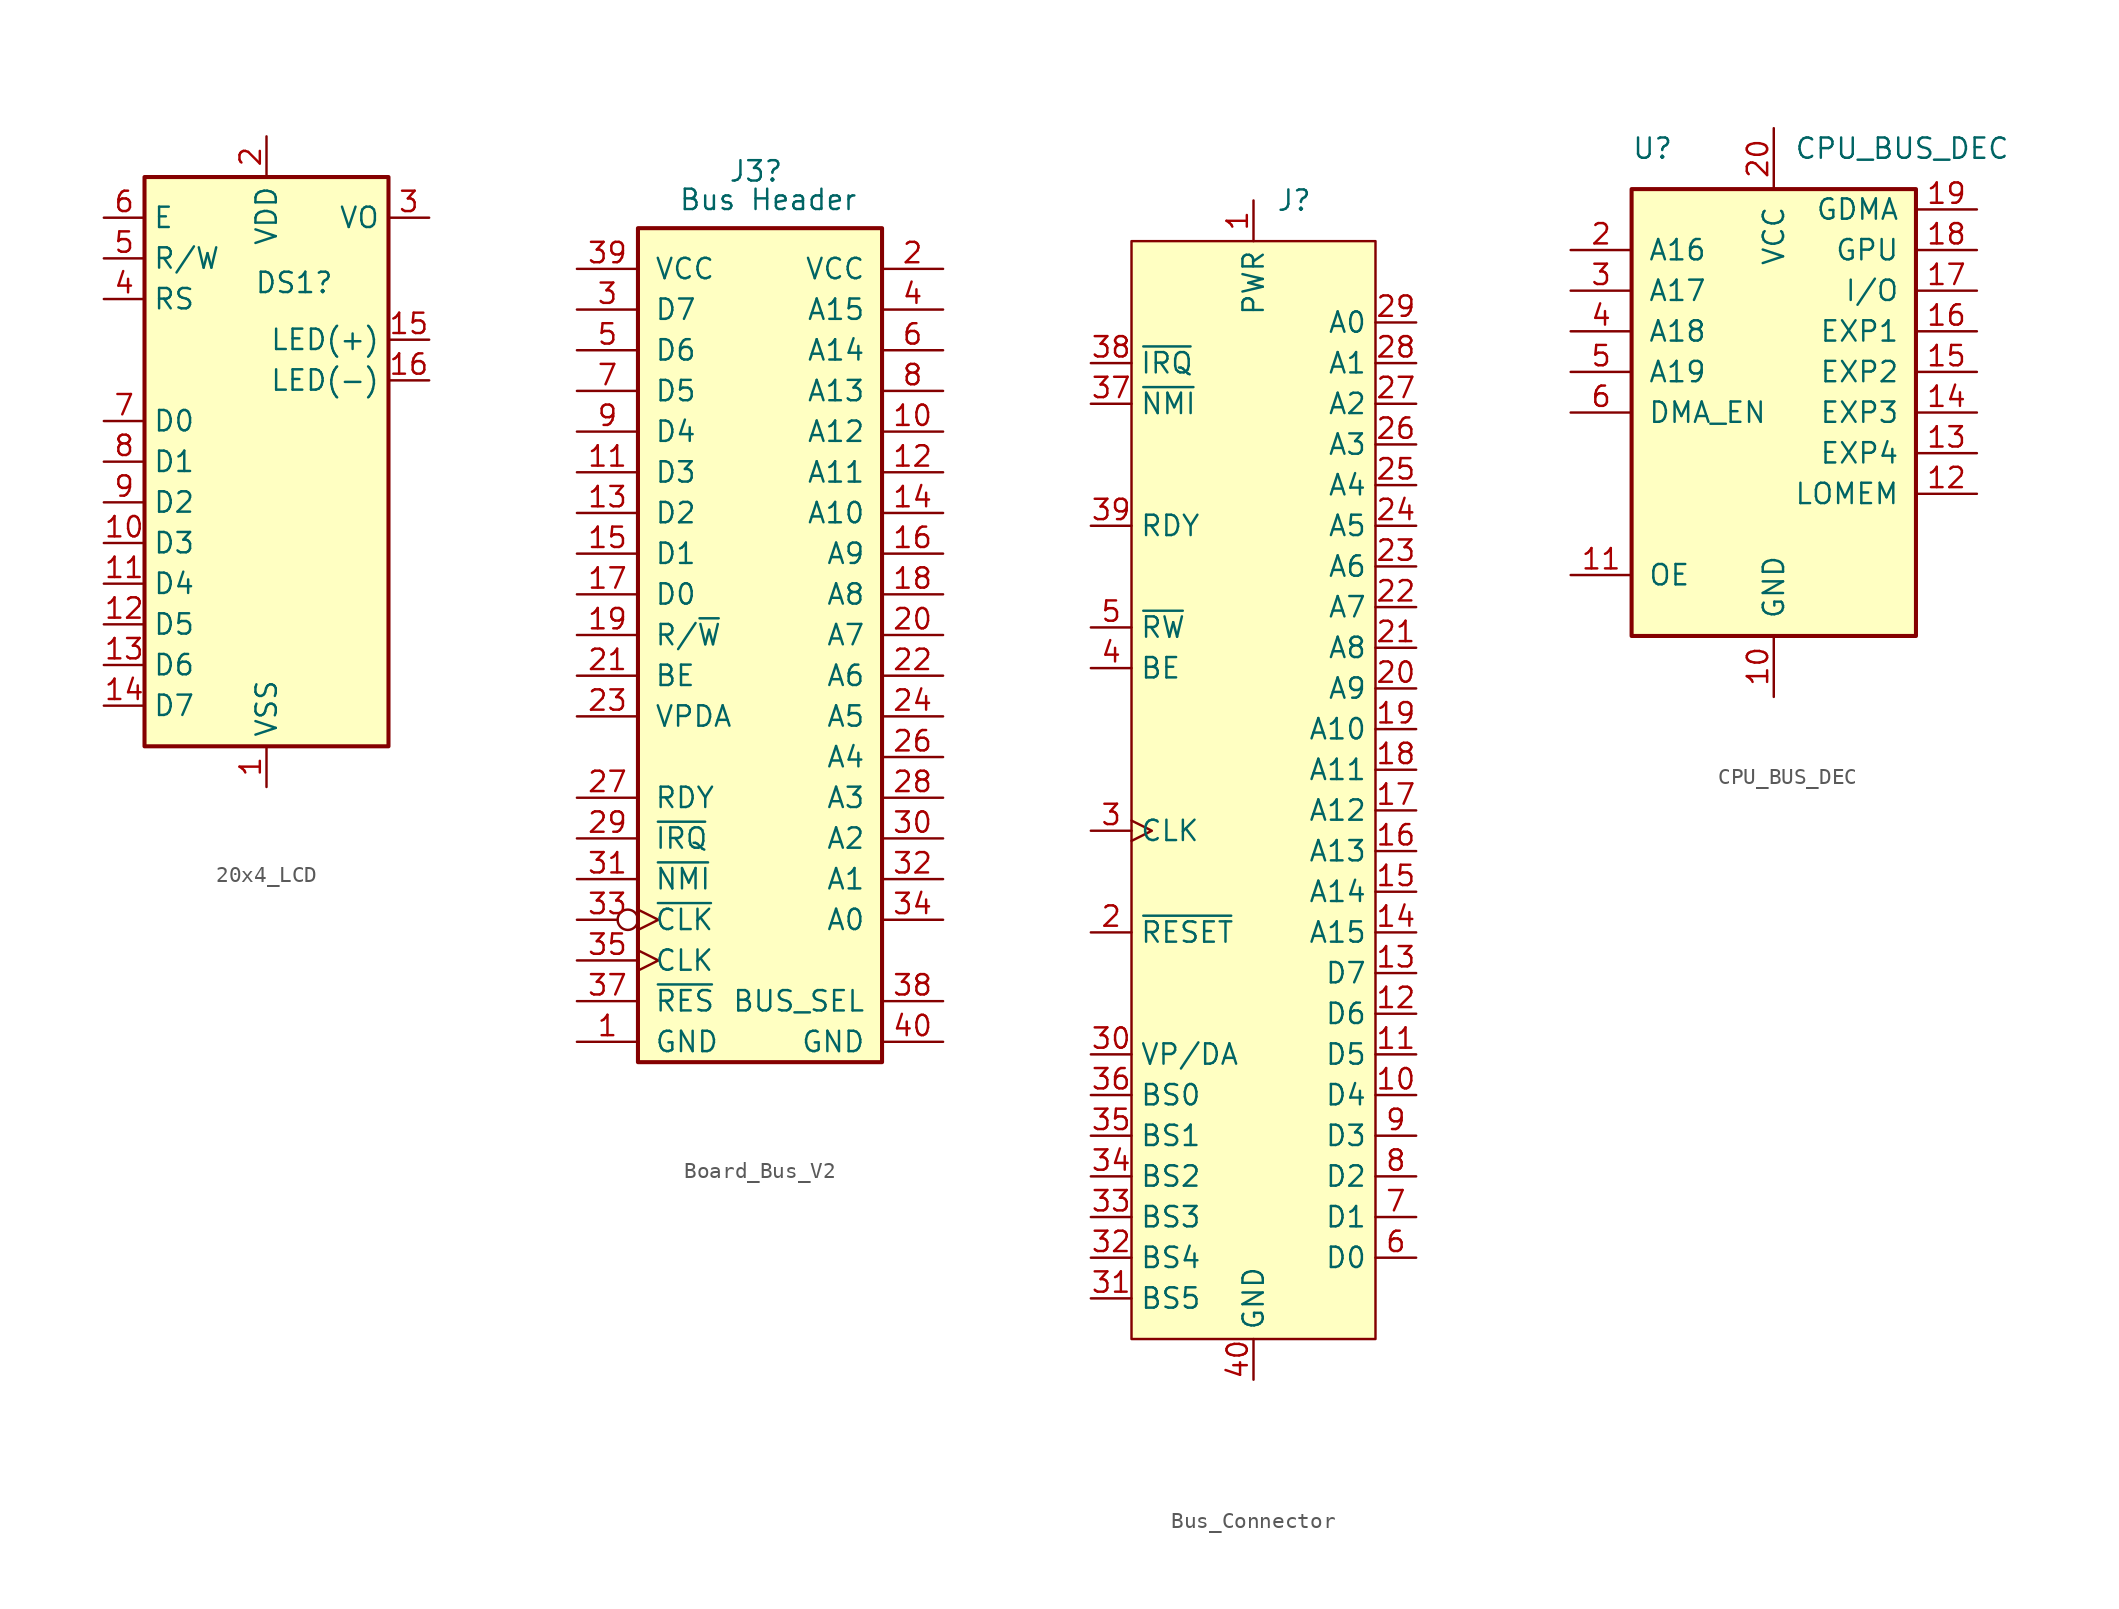
<source format=kicad_sym>
(kicad_symbol_lib
  (version 20241209)
  (generator "kicad_symbol_editor")
  (generator_version "9.0")
  (symbol "20x4_LCD"
    (property "Reference" "DS1"
      (at -0.762 11.176 0)
      (effects (font (size 1.27 1.27)) (justify left)))
    (symbol "20x4_LCD_1_1"
      (rectangle (start -7.62 17.78) (end 7.62 -17.78) (stroke (width 0.254) (type default)) (fill (type background)))
      (pin input line (at -10.16 15.24 0) (length 2.54) (name "E" (effects (font (size 1.27 1.27)))) (number "6" (effects (font (size 1.27 1.27)))))
      (pin input line (at -10.16 12.7 0) (length 2.54) (name "R/W" (effects (font (size 1.27 1.27)))) (number "5" (effects (font (size 1.27 1.27)))))
      (pin input line (at -10.16 10.16 0) (length 2.54) (name "RS" (effects (font (size 1.27 1.27)))) (number "4" (effects (font (size 1.27 1.27)))))
      (pin input line (at -10.16 2.54 0) (length 2.54) (name "D0" (effects (font (size 1.27 1.27)))) (number "7" (effects (font (size 1.27 1.27)))))
      (pin input line (at -10.16 0 0) (length 2.54) (name "D1" (effects (font (size 1.27 1.27)))) (number "8" (effects (font (size 1.27 1.27)))))
      (pin input line (at -10.16 -2.54 0) (length 2.54) (name "D2" (effects (font (size 1.27 1.27)))) (number "9" (effects (font (size 1.27 1.27)))))
      (pin input line (at -10.16 -5.08 0) (length 2.54) (name "D3" (effects (font (size 1.27 1.27)))) (number "10" (effects (font (size 1.27 1.27)))))
      (pin input line (at -10.16 -7.62 0) (length 2.54) (name "D4" (effects (font (size 1.27 1.27)))) (number "11" (effects (font (size 1.27 1.27)))))
      (pin input line (at -10.16 -10.16 0) (length 2.54) (name "D5" (effects (font (size 1.27 1.27)))) (number "12" (effects (font (size 1.27 1.27)))))
      (pin input line (at -10.16 -12.7 0) (length 2.54) (name "D6" (effects (font (size 1.27 1.27)))) (number "13" (effects (font (size 1.27 1.27)))))
      (pin input line (at -10.16 -15.24 0) (length 2.54) (name "D7" (effects (font (size 1.27 1.27)))) (number "14" (effects (font (size 1.27 1.27)))))
      (pin power_in line (at 0 20.32 270) (length 2.54) (name "VDD" (effects (font (size 1.27 1.27)))) (number "2" (effects (font (size 1.27 1.27)))))
      (pin power_in line (at 0 -20.32 90) (length 2.54) (name "VSS" (effects (font (size 1.27 1.27)))) (number "1" (effects (font (size 1.27 1.27)))))
      (pin input line (at 10.16 15.24 180) (length 2.54) (name "VO" (effects (font (size 1.27 1.27)))) (number "3" (effects (font (size 1.27 1.27)))))
      (pin power_in line (at 10.16 7.62 180) (length 2.54) (name "LED(+)" (effects (font (size 1.27 1.27)))) (number "15" (effects (font (size 1.27 1.27)))))
      (pin power_in line (at 10.16 5.08 180) (length 2.54) (name "LED(-)" (effects (font (size 1.27 1.27)))) (number "16" (effects (font (size 1.27 1.27)))))))
  (symbol "Board_Bus_V2"
    (pin_names
      (offset 1.016))
    (property "Reference" "J3"
      (at -0.254 2.286 0)
      (effects (font (size 1.27 1.27))))
    (property "Value" "Bus Header"
      (at 0.508 0.508 0)
      (effects (font (size 1.27 1.27))))
    (symbol "Board_Bus_V2_1_1"
      (rectangle (start -7.62 -1.27) (end 7.62 -53.34) (stroke (width 0.254) (type default)) (fill (type background)))
      (pin power_out line (at -11.43 -3.81 0) (length 3.81) (name "VCC" (effects (font (size 1.27 1.27)))) (number "39" (effects (font (size 1.27 1.27)))))
      (pin bidirectional line (at -11.43 -6.35 0) (length 3.81) (name "D7" (effects (font (size 1.27 1.27)))) (number "3" (effects (font (size 1.27 1.27)))))
      (pin bidirectional line (at -11.43 -8.89 0) (length 3.81) (name "D6" (effects (font (size 1.27 1.27)))) (number "5" (effects (font (size 1.27 1.27)))))
      (pin bidirectional line (at -11.43 -11.43 0) (length 3.81) (name "D5" (effects (font (size 1.27 1.27)))) (number "7" (effects (font (size 1.27 1.27)))))
      (pin bidirectional line (at -11.43 -13.97 0) (length 3.81) (name "D4" (effects (font (size 1.27 1.27)))) (number "9" (effects (font (size 1.27 1.27)))))
      (pin bidirectional line (at -11.43 -16.51 0) (length 3.81) (name "D3" (effects (font (size 1.27 1.27)))) (number "11" (effects (font (size 1.27 1.27)))))
      (pin bidirectional line (at -11.43 -19.05 0) (length 3.81) (name "D2" (effects (font (size 1.27 1.27)))) (number "13" (effects (font (size 1.27 1.27)))))
      (pin bidirectional line (at -11.43 -21.59 0) (length 3.81) (name "D1" (effects (font (size 1.27 1.27)))) (number "15" (effects (font (size 1.27 1.27)))))
      (pin bidirectional line (at -11.43 -24.13 0) (length 3.81) (name "D0" (effects (font (size 1.27 1.27)))) (number "17" (effects (font (size 1.27 1.27)))))
      (pin output line (at -11.43 -26.67 0) (length 3.81) (name "R/~{W}" (effects (font (size 1.27 1.27)))) (number "19" (effects (font (size 1.27 1.27)))))
      (pin output line (at -11.43 -29.21 0) (length 3.81) (name "BE" (effects (font (size 1.27 1.27)))) (number "21" (effects (font (size 1.27 1.27)))))
      (pin output line (at -11.43 -31.75 0) (length 3.81) (name "VPDA" (effects (font (size 1.27 1.27)))) (number "23" (effects (font (size 1.27 1.27)))))
      (pin no_connect line (at -11.43 -34.29 0) (length 3.81) (hide yes) (name "~{ABORT}" (effects (font (size 1.27 1.27)))) (number "25" (effects (font (size 1.27 1.27)))))
      (pin output line (at -11.43 -36.83 0) (length 3.81) (name "RDY" (effects (font (size 1.27 1.27)))) (number "27" (effects (font (size 1.27 1.27)))))
      (pin output line (at -11.43 -39.37 0) (length 3.81) (name "~{IRQ}" (effects (font (size 1.27 1.27)))) (number "29" (effects (font (size 1.27 1.27)))))
      (pin bidirectional line (at -11.43 -41.91 0) (length 3.81) (name "~{NMI}" (effects (font (size 1.27 1.27)))) (number "31" (effects (font (size 1.27 1.27)))))
      (pin bidirectional inverted_clock (at -11.43 -44.45 0) (length 3.81) (name "~{CLK}" (effects (font (size 1.27 1.27)))) (number "33" (effects (font (size 1.27 1.27)))))
      (pin output clock (at -11.43 -46.99 0) (length 3.81) (name "CLK" (effects (font (size 1.27 1.27)))) (number "35" (effects (font (size 1.27 1.27)))))
      (pin output line (at -11.43 -49.53 0) (length 3.81) (name "~{RES}" (effects (font (size 1.27 1.27)))) (number "37" (effects (font (size 1.27 1.27)))))
      (pin power_out line (at -11.43 -52.07 0) (length 3.81) (name "GND" (effects (font (size 1.27 1.27)))) (number "1" (effects (font (size 1.27 1.27)))))
      (pin power_out line (at 11.43 -3.81 180) (length 3.81) (name "VCC" (effects (font (size 1.27 1.27)))) (number "2" (effects (font (size 1.27 1.27)))))
      (pin output line (at 11.43 -6.35 180) (length 3.81) (name "A15" (effects (font (size 1.27 1.27)))) (number "4" (effects (font (size 1.27 1.27)))))
      (pin output line (at 11.43 -8.89 180) (length 3.81) (name "A14" (effects (font (size 1.27 1.27)))) (number "6" (effects (font (size 1.27 1.27)))))
      (pin output line (at 11.43 -11.43 180) (length 3.81) (name "A13" (effects (font (size 1.27 1.27)))) (number "8" (effects (font (size 1.27 1.27)))))
      (pin output line (at 11.43 -13.97 180) (length 3.81) (name "A12" (effects (font (size 1.27 1.27)))) (number "10" (effects (font (size 1.27 1.27)))))
      (pin output line (at 11.43 -16.51 180) (length 3.81) (name "A11" (effects (font (size 1.27 1.27)))) (number "12" (effects (font (size 1.27 1.27)))))
      (pin output line (at 11.43 -19.05 180) (length 3.81) (name "A10" (effects (font (size 1.27 1.27)))) (number "14" (effects (font (size 1.27 1.27)))))
      (pin output line (at 11.43 -21.59 180) (length 3.81) (name "A9" (effects (font (size 1.27 1.27)))) (number "16" (effects (font (size 1.27 1.27)))))
      (pin output line (at 11.43 -24.13 180) (length 3.81) (name "A8" (effects (font (size 1.27 1.27)))) (number "18" (effects (font (size 1.27 1.27)))))
      (pin output line (at 11.43 -26.67 180) (length 3.81) (name "A7" (effects (font (size 1.27 1.27)))) (number "20" (effects (font (size 1.27 1.27)))))
      (pin output line (at 11.43 -29.21 180) (length 3.81) (name "A6" (effects (font (size 1.27 1.27)))) (number "22" (effects (font (size 1.27 1.27)))))
      (pin output line (at 11.43 -31.75 180) (length 3.81) (name "A5" (effects (font (size 1.27 1.27)))) (number "24" (effects (font (size 1.27 1.27)))))
      (pin output line (at 11.43 -34.29 180) (length 3.81) (name "A4" (effects (font (size 1.27 1.27)))) (number "26" (effects (font (size 1.27 1.27)))))
      (pin output line (at 11.43 -36.83 180) (length 3.81) (name "A3" (effects (font (size 1.27 1.27)))) (number "28" (effects (font (size 1.27 1.27)))))
      (pin output line (at 11.43 -39.37 180) (length 3.81) (name "A2" (effects (font (size 1.27 1.27)))) (number "30" (effects (font (size 1.27 1.27)))))
      (pin output line (at 11.43 -41.91 180) (length 3.81) (name "A1" (effects (font (size 1.27 1.27)))) (number "32" (effects (font (size 1.27 1.27)))))
      (pin output line (at 11.43 -44.45 180) (length 3.81) (name "A0" (effects (font (size 1.27 1.27)))) (number "34" (effects (font (size 1.27 1.27)))))
      (pin no_connect line (at 11.43 -46.99 180) (length 3.81) (hide yes) (name "NC" (effects (font (size 1.27 1.27)))) (number "36" (effects (font (size 1.27 1.27)))))
      (pin output line (at 11.43 -49.53 180) (length 3.81) (name "BUS_SEL" (effects (font (size 1.27 1.27)))) (number "38" (effects (font (size 1.27 1.27)))))
      (pin power_out line (at 11.43 -52.07 180) (length 3.81) (name "GND" (effects (font (size 1.27 1.27)))) (number "40" (effects (font (size 1.27 1.27)))))))
  (symbol "Bus_Connector"
    (property "Reference" "J"
      (at 2.54 2.54 0)
      (effects (font (size 1.27 1.27))))
    (property "Value" ""
      (at 0 0 0)
      (effects (font (size 1.27 1.27))))
    (symbol "Bus_Connector_0_0"
      (pin bidirectional line (at -10.16 -7.62 0) (length 2.54) (name "~{IRQ}" (effects (font (size 1.27 1.27)))) (number "38" (effects (font (size 1.27 1.27)))))
      (pin bidirectional line (at -10.16 -10.16 0) (length 2.54) (name "~{NMI}" (effects (font (size 1.27 1.27)))) (number "37" (effects (font (size 1.27 1.27)))))
      (pin bidirectional line (at -10.16 -17.78 0) (length 2.54) (name "RDY" (effects (font (size 1.27 1.27)))) (number "39" (effects (font (size 1.27 1.27)))))
      (pin bidirectional line (at -10.16 -24.13 0) (length 2.54) (name "~{RW}" (effects (font (size 1.27 1.27)))) (number "5" (effects (font (size 1.27 1.27)))))
      (pin bidirectional line (at -10.16 -26.67 0) (length 2.54) (name "BE" (effects (font (size 1.27 1.27)))) (number "4" (effects (font (size 1.27 1.27)))))
      (pin bidirectional clock (at -10.16 -36.83 0) (length 2.54) (name "CLK" (effects (font (size 1.27 1.27)))) (number "3" (effects (font (size 1.27 1.27)))))
      (pin bidirectional line (at -10.16 -43.18 0) (length 2.54) (name "~{RESET}" (effects (font (size 1.27 1.27)))) (number "2" (effects (font (size 1.27 1.27)))))
      (pin bidirectional line (at -10.16 -50.8 0) (length 2.54) (name "VP/DA" (effects (font (size 1.27 1.27)))) (number "30" (effects (font (size 1.27 1.27)))))
      (pin bidirectional line (at -10.16 -53.34 0) (length 2.54) (name "BS0" (effects (font (size 1.27 1.27)))) (number "36" (effects (font (size 1.27 1.27)))))
      (pin bidirectional line (at -10.16 -55.88 0) (length 2.54) (name "BS1" (effects (font (size 1.27 1.27)))) (number "35" (effects (font (size 1.27 1.27)))))
      (pin bidirectional line (at -10.16 -58.42 0) (length 2.54) (name "BS2" (effects (font (size 1.27 1.27)))) (number "34" (effects (font (size 1.27 1.27)))))
      (pin bidirectional line (at -10.16 -60.96 0) (length 2.54) (name "BS3" (effects (font (size 1.27 1.27)))) (number "33" (effects (font (size 1.27 1.27)))))
      (pin bidirectional line (at -10.16 -63.5 0) (length 2.54) (name "BS4" (effects (font (size 1.27 1.27)))) (number "32" (effects (font (size 1.27 1.27)))))
      (pin bidirectional line (at -10.16 -66.04 0) (length 2.54) (name "BS5" (effects (font (size 1.27 1.27)))) (number "31" (effects (font (size 1.27 1.27)))))
      (pin power_out line (at 0 2.54 270) (length 2.54) (name "PWR" (effects (font (size 1.27 1.27)))) (number "1" (effects (font (size 1.27 1.27)))))
      (pin power_in line (at 0 -71.12 90) (length 2.54) (name "GND" (effects (font (size 1.27 1.27)))) (number "40" (effects (font (size 1.27 1.27)))))
      (pin bidirectional line (at 10.16 -5.08 180) (length 2.54) (name "A0" (effects (font (size 1.27 1.27)))) (number "29" (effects (font (size 1.27 1.27)))))
      (pin bidirectional line (at 10.16 -7.62 180) (length 2.54) (name "A1" (effects (font (size 1.27 1.27)))) (number "28" (effects (font (size 1.27 1.27)))))
      (pin bidirectional line (at 10.16 -10.16 180) (length 2.54) (name "A2" (effects (font (size 1.27 1.27)))) (number "27" (effects (font (size 1.27 1.27)))))
      (pin bidirectional line (at 10.16 -12.7 180) (length 2.54) (name "A3" (effects (font (size 1.27 1.27)))) (number "26" (effects (font (size 1.27 1.27)))))
      (pin bidirectional line (at 10.16 -15.24 180) (length 2.54) (name "A4" (effects (font (size 1.27 1.27)))) (number "25" (effects (font (size 1.27 1.27)))))
      (pin bidirectional line (at 10.16 -17.78 180) (length 2.54) (name "A5" (effects (font (size 1.27 1.27)))) (number "24" (effects (font (size 1.27 1.27)))))
      (pin bidirectional line (at 10.16 -20.32 180) (length 2.54) (name "A6" (effects (font (size 1.27 1.27)))) (number "23" (effects (font (size 1.27 1.27)))))
      (pin bidirectional line (at 10.16 -22.86 180) (length 2.54) (name "A7" (effects (font (size 1.27 1.27)))) (number "22" (effects (font (size 1.27 1.27)))))
      (pin bidirectional line (at 10.16 -25.4 180) (length 2.54) (name "A8" (effects (font (size 1.27 1.27)))) (number "21" (effects (font (size 1.27 1.27)))))
      (pin bidirectional line (at 10.16 -27.94 180) (length 2.54) (name "A9" (effects (font (size 1.27 1.27)))) (number "20" (effects (font (size 1.27 1.27)))))
      (pin bidirectional line (at 10.16 -30.48 180) (length 2.54) (name "A10" (effects (font (size 1.27 1.27)))) (number "19" (effects (font (size 1.27 1.27)))))
      (pin bidirectional line (at 10.16 -33.02 180) (length 2.54) (name "A11" (effects (font (size 1.27 1.27)))) (number "18" (effects (font (size 1.27 1.27)))))
      (pin bidirectional line (at 10.16 -35.56 180) (length 2.54) (name "A12" (effects (font (size 1.27 1.27)))) (number "17" (effects (font (size 1.27 1.27)))))
      (pin bidirectional line (at 10.16 -38.1 180) (length 2.54) (name "A13" (effects (font (size 1.27 1.27)))) (number "16" (effects (font (size 1.27 1.27)))))
      (pin bidirectional line (at 10.16 -40.64 180) (length 2.54) (name "A14" (effects (font (size 1.27 1.27)))) (number "15" (effects (font (size 1.27 1.27)))))
      (pin bidirectional line (at 10.16 -43.18 180) (length 2.54) (name "A15" (effects (font (size 1.27 1.27)))) (number "14" (effects (font (size 1.27 1.27)))))
      (pin bidirectional line (at 10.16 -45.72 180) (length 2.54) (name "D7" (effects (font (size 1.27 1.27)))) (number "13" (effects (font (size 1.27 1.27)))))
      (pin bidirectional line (at 10.16 -48.26 180) (length 2.54) (name "D6" (effects (font (size 1.27 1.27)))) (number "12" (effects (font (size 1.27 1.27)))))
      (pin bidirectional line (at 10.16 -50.8 180) (length 2.54) (name "D5" (effects (font (size 1.27 1.27)))) (number "11" (effects (font (size 1.27 1.27)))))
      (pin bidirectional line (at 10.16 -53.34 180) (length 2.54) (name "D4" (effects (font (size 1.27 1.27)))) (number "10" (effects (font (size 1.27 1.27)))))
      (pin bidirectional line (at 10.16 -55.88 180) (length 2.54) (name "D3" (effects (font (size 1.27 1.27)))) (number "9" (effects (font (size 1.27 1.27)))))
      (pin bidirectional line (at 10.16 -58.42 180) (length 2.54) (name "D2" (effects (font (size 1.27 1.27)))) (number "8" (effects (font (size 1.27 1.27)))))
      (pin bidirectional line (at 10.16 -60.96 180) (length 2.54) (name "D1" (effects (font (size 1.27 1.27)))) (number "7" (effects (font (size 1.27 1.27)))))
      (pin bidirectional line (at 10.16 -63.5 180) (length 2.54) (name "D0" (effects (font (size 1.27 1.27)))) (number "6" (effects (font (size 1.27 1.27))))))
    (symbol "Bus_Connector_0_1"
      (rectangle (start -7.62 0) (end 7.62 -68.58) (stroke (width 0) (type default)) (fill (type background)))))
  (symbol "CPU_BUS_DEC"
    (pin_names
      (offset 1.016))
    (property "Reference" "U"
      (at -8.89 16.51 0)
      (effects (font (size 1.27 1.27)) (justify left)))
    (property "Value" "CPU_BUS_DEC"
      (at 1.27 16.51 0)
      (effects (font (size 1.27 1.27)) (justify left)))
    (symbol "CPU_BUS_DEC_0_0"
      (pin power_in line (at 0 17.78 270) (length 3.81) (name "VCC" (effects (font (size 1.27 1.27)))) (number "20" (effects (font (size 1.27 1.27)))))
      (pin power_in line (at 0 -17.78 90) (length 3.81) (name "GND" (effects (font (size 1.27 1.27)))) (number "10" (effects (font (size 1.27 1.27))))))
    (symbol "CPU_BUS_DEC_0_1"
      (rectangle (start -8.89 13.97) (end 8.89 -13.97) (stroke (width 0.254) (type default)) (fill (type background))))
    (symbol "CPU_BUS_DEC_1_1"
      (pin no_connect line (at -12.7 12.7 0) (length 3.81) (hide yes) (name "NC" (effects (font (size 1.27 1.27)))) (number "1" (effects (font (size 1.27 1.27)))))
      (pin input line (at -12.7 10.16 0) (length 3.81) (name "A16" (effects (font (size 1.27 1.27)))) (number "2" (effects (font (size 1.27 1.27)))))
      (pin input line (at -12.7 7.62 0) (length 3.81) (name "A17" (effects (font (size 1.27 1.27)))) (number "3" (effects (font (size 1.27 1.27)))))
      (pin input line (at -12.7 5.08 0) (length 3.81) (name "A18" (effects (font (size 1.27 1.27)))) (number "4" (effects (font (size 1.27 1.27)))))
      (pin input line (at -12.7 2.54 0) (length 3.81) (name "A19" (effects (font (size 1.27 1.27)))) (number "5" (effects (font (size 1.27 1.27)))))
      (pin input line (at -12.7 0 0) (length 3.81) (name "DMA_EN" (effects (font (size 1.27 1.27)))) (number "6" (effects (font (size 1.27 1.27)))))
      (pin no_connect line (at -12.7 -2.54 0) (length 3.81) (hide yes) (name "I6" (effects (font (size 1.27 1.27)))) (number "7" (effects (font (size 1.27 1.27)))))
      (pin no_connect line (at -12.7 -5.08 0) (length 3.81) (hide yes) (name "I7" (effects (font (size 1.27 1.27)))) (number "8" (effects (font (size 1.27 1.27)))))
      (pin no_connect line (at -12.7 -7.62 0) (length 3.81) (hide yes) (name "I8" (effects (font (size 1.27 1.27)))) (number "9" (effects (font (size 1.27 1.27)))))
      (pin input line (at -12.7 -10.16 0) (length 3.81) (name "OE" (effects (font (size 1.27 1.27)))) (number "11" (effects (font (size 1.27 1.27)))))
      (pin tri_state line (at 12.7 12.7 180) (length 3.81) (name "GDMA" (effects (font (size 1.27 1.27)))) (number "19" (effects (font (size 1.27 1.27)))))
      (pin tri_state line (at 12.7 10.16 180) (length 3.81) (name "GPU" (effects (font (size 1.27 1.27)))) (number "18" (effects (font (size 1.27 1.27)))))
      (pin tri_state line (at 12.7 7.62 180) (length 3.81) (name "I/O" (effects (font (size 1.27 1.27)))) (number "17" (effects (font (size 1.27 1.27)))))
      (pin tri_state line (at 12.7 5.08 180) (length 3.81) (name "EXP1" (effects (font (size 1.27 1.27)))) (number "16" (effects (font (size 1.27 1.27)))))
      (pin tri_state line (at 12.7 2.54 180) (length 3.81) (name "EXP2" (effects (font (size 1.27 1.27)))) (number "15" (effects (font (size 1.27 1.27)))))
      (pin tri_state line (at 12.7 0 180) (length 3.81) (name "EXP3" (effects (font (size 1.27 1.27)))) (number "14" (effects (font (size 1.27 1.27)))))
      (pin tri_state line (at 12.7 -2.54 180) (length 3.81) (name "EXP4" (effects (font (size 1.27 1.27)))) (number "13" (effects (font (size 1.27 1.27)))))
      (pin tri_state line (at 12.7 -5.08 180) (length 3.81) (name "LOMEM" (effects (font (size 1.27 1.27)))) (number "12" (effects (font (size 1.27 1.27))))))))
</source>
